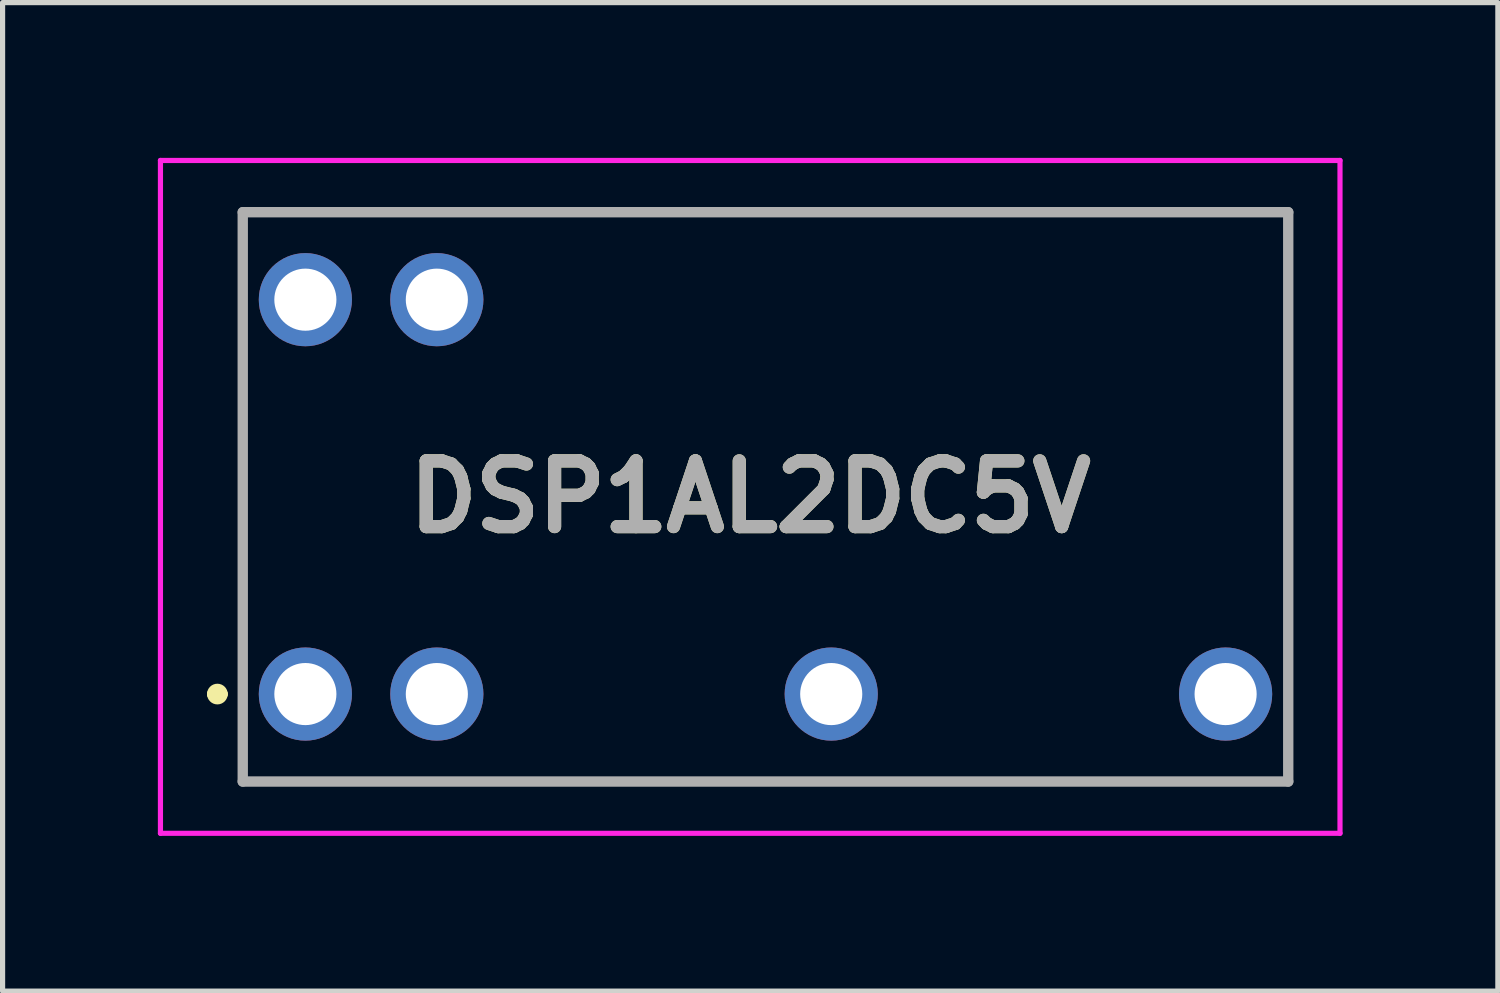
<source format=kicad_pcb>
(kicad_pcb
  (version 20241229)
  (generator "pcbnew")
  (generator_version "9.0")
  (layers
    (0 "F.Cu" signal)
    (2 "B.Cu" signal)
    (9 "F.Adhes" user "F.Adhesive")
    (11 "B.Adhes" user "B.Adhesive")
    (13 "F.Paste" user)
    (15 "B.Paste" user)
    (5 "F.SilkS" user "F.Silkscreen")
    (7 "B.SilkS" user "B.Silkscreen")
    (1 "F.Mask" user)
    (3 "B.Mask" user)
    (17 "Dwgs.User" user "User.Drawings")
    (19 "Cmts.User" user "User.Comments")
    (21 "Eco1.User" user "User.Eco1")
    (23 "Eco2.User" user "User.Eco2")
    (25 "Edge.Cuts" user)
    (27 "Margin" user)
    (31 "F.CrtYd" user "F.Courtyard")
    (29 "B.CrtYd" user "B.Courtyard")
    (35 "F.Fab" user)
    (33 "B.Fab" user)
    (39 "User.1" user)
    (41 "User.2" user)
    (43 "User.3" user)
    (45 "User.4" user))
  (footprint "DSP1AL2DC5V"
    (layer "F.Cu")
    (at 2.85 10.36)
    (property "Reference" "DSP1AL2DC5V" (at 8.595 -3.81 0) (layer "F.SilkS") (effects (font (size 1.27 1.27) (thickness 0.254))))
    (attr through_hole)
    (fp_line (start -1.8 0) (end -1.8 0) (stroke (width 0.2) (type solid)) (layer "F.SilkS"))
    (fp_line (start -1.6 0) (end -1.6 0) (stroke (width 0.2) (type solid)) (layer "F.SilkS"))
    (fp_line (start -1.21 -9.31) (end -1.21 1.69) (stroke (width 0.1) (type solid)) (layer "F.SilkS"))
    (fp_line (start -1.21 1.69) (end 18.99 1.69) (stroke (width 0.1) (type solid)) (layer "F.SilkS"))
    (fp_line (start 18.99 -9.31) (end -1.21 -9.31) (stroke (width 0.1) (type solid)) (layer "F.SilkS"))
    (fp_line (start 18.99 1.69) (end 18.99 -9.31) (stroke (width 0.1) (type solid)) (layer "F.SilkS"))
    (fp_arc (start -1.8 0) (mid -1.7 -0.1) (end -1.6 0) (stroke (width 0.2) (type solid)) (layer "F.SilkS"))
    (fp_arc (start -1.6 0) (mid -1.7 0.1) (end -1.8 0) (stroke (width 0.2) (type solid)) (layer "F.SilkS"))
    (fp_line (start -2.8 -10.31) (end -2.8 2.69) (stroke (width 0.1) (type solid)) (layer "F.CrtYd"))
    (fp_line (start -2.8 2.69) (end 19.99 2.69) (stroke (width 0.1) (type solid)) (layer "F.CrtYd"))
    (fp_line (start 19.99 -10.31) (end -2.8 -10.31) (stroke (width 0.1) (type solid)) (layer "F.CrtYd"))
    (fp_line (start 19.99 2.69) (end 19.99 -10.31) (stroke (width 0.1) (type solid)) (layer "F.CrtYd"))
    (fp_line (start -1.21 -9.31) (end -1.21 1.69) (stroke (width 0.2) (type solid)) (layer "F.Fab"))
    (fp_line (start -1.21 1.69) (end 18.99 1.69) (stroke (width 0.2) (type solid)) (layer "F.Fab"))
    (fp_line (start 18.99 -9.31) (end -1.21 -9.31) (stroke (width 0.2) (type solid)) (layer "F.Fab"))
    (fp_line (start 18.99 1.69) (end 18.99 -9.31) (stroke (width 0.2) (type solid)) (layer "F.Fab"))
    (fp_text user "${REFERENCE}" (at 8.595 -3.81 0) (layer "F.Fab") (effects (font (size 1.27 1.27) (thickness 0.254))))
    (pad "1" thru_hole circle (at 0 0) (size 1.8 1.8) (drill 1.2) (layers "*.Cu" "*.Mask"))
    (pad "2" thru_hole circle (at 2.54 0) (size 1.8 1.8) (drill 1.2) (layers "*.Cu" "*.Mask"))
    (pad "5" thru_hole circle (at 10.16 0) (size 1.8 1.8) (drill 1.2) (layers "*.Cu" "*.Mask"))
    (pad "8" thru_hole circle (at 17.78 0) (size 1.8 1.8) (drill 1.2) (layers "*.Cu" "*.Mask"))
    (pad "15" thru_hole circle (at 2.54 -7.62) (size 1.8 1.8) (drill 1.2) (layers "*.Cu" "*.Mask"))
    (pad "16" thru_hole circle (at 0 -7.62) (size 1.8 1.8) (drill 1.2) (layers "*.Cu" "*.Mask")))
  (gr_rect
    (start -3 -3)
    (end 25.89 16.1)
    (stroke (width 0.1) (type default))
    (fill no)
    (layer "Edge.Cuts")))
</source>
